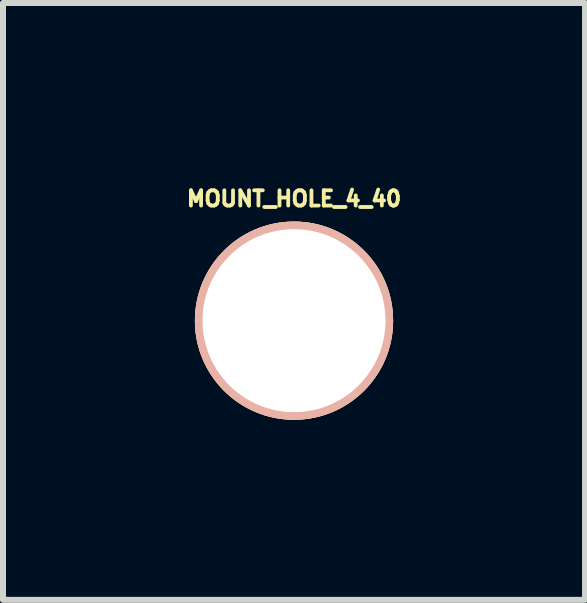
<source format=kicad_pcb>
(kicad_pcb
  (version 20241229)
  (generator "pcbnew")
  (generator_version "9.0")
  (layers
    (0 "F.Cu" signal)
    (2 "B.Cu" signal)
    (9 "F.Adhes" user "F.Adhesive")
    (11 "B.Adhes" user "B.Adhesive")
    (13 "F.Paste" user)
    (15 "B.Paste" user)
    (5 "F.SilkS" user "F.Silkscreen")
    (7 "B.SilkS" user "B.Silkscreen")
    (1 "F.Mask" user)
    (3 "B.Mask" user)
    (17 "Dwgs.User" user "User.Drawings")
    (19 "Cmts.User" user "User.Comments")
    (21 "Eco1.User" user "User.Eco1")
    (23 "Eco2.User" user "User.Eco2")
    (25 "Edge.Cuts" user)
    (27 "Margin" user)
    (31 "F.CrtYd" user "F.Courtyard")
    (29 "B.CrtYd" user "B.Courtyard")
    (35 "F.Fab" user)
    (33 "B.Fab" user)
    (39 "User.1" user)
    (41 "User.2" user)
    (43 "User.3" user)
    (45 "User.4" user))
  (footprint "MOUNT_HOLE_4_40"
    (layer "F.Cu")
    (at 1.848 2.292)
    (property "Reference" "MOUNT_HOLE_4_40" (at 0 -2.032 0) (layer "F.SilkS") (effects (font (size 0.254 0.254) (thickness 0.064))))
    (attr through_hole)
    (pad "" thru_hole circle (at 0 0) (size 3.302 3.302) (drill 3.048) (layers "*.Cu" "*.SilkS" "*.Mask")))
  (gr_rect
    (start -3 -3)
    (end 6.696 6.943)
    (stroke (width 0.1) (type default))
    (fill no)
    (layer "Edge.Cuts")))
</source>
